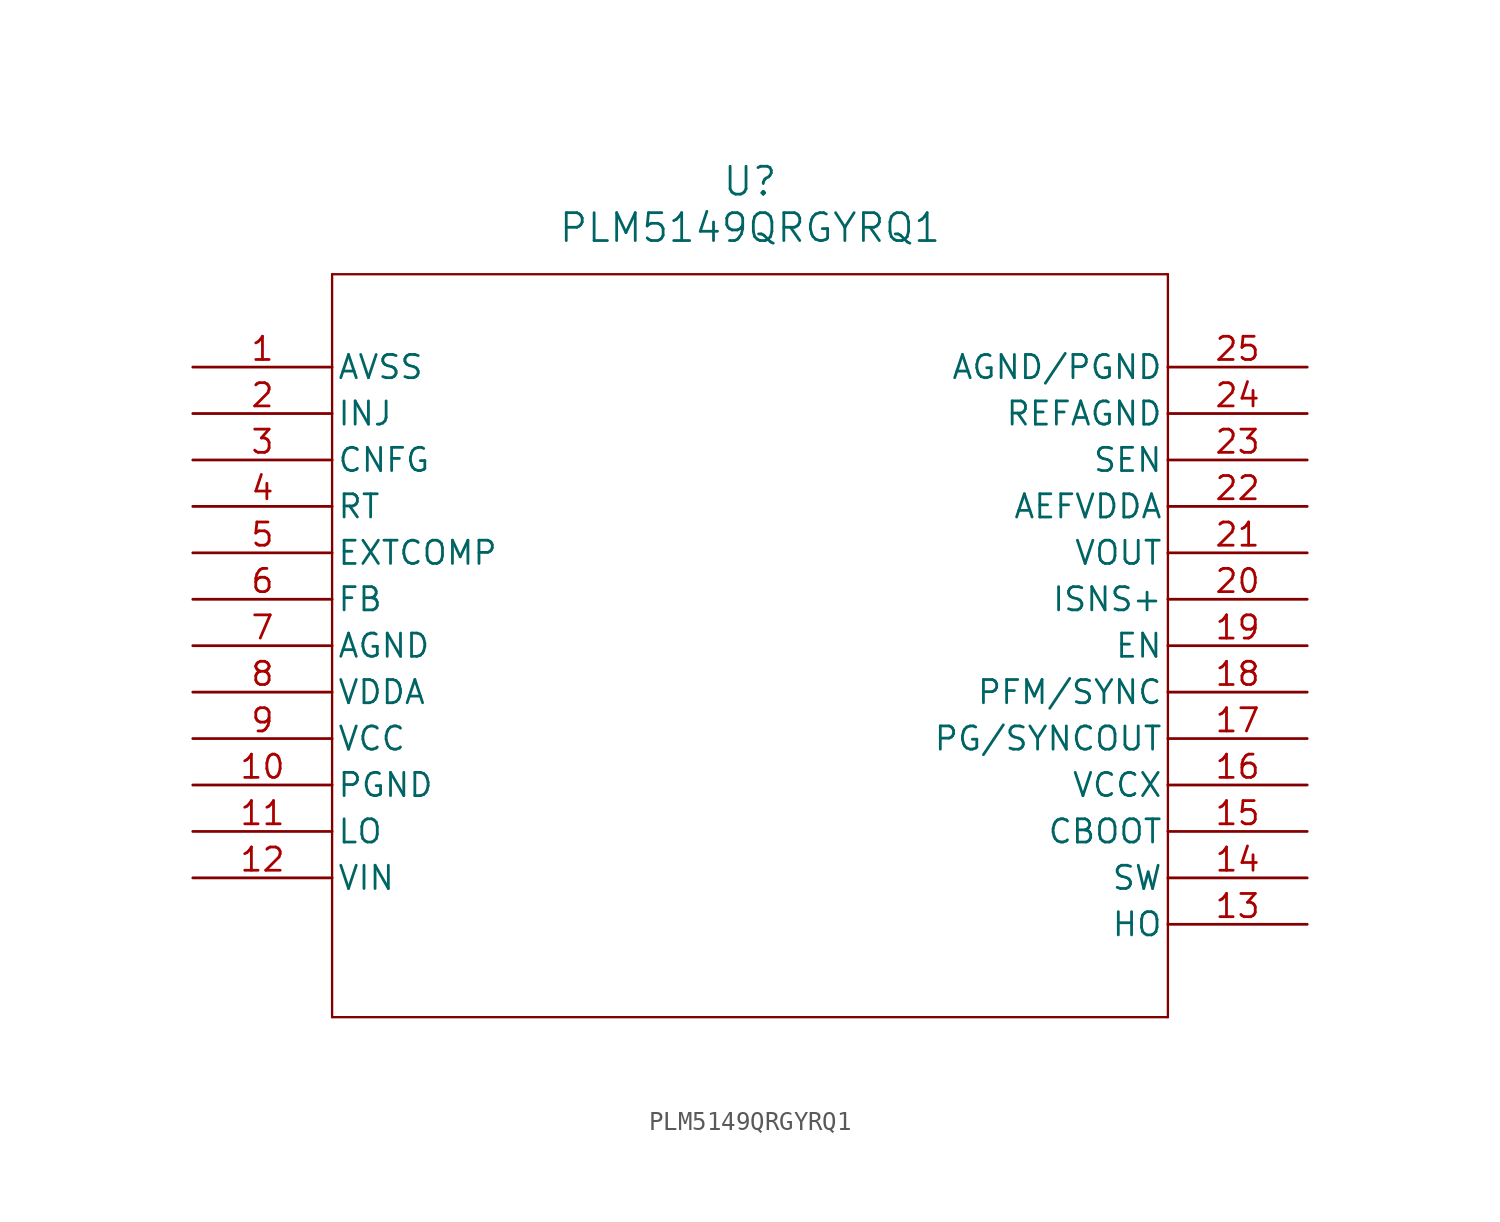
<source format=kicad_sym>
(kicad_symbol_lib
  (version 20241209)
  (generator "kicad_symbol_editor")
  (generator_version "9.0")
  (symbol "PLM5149QRGYRQ1"
    (pin_names
      (offset 0.254))
    (property "Reference" "U"
      (at 30.48 10.16 0)
      (effects (font (size 1.524 1.524))))
    (property "Value" "PLM5149QRGYRQ1"
      (at 30.48 7.62 0)
      (effects (font (size 1.524 1.524))))
    (symbol "PLM5149QRGYRQ1_0_1"
      (polyline (pts (xy 7.62 5.08) (xy 7.62 -35.56)) (stroke (width 0.127) (type default)) (fill (type none)))
      (polyline (pts (xy 7.62 -35.56) (xy 53.34 -35.56)) (stroke (width 0.127) (type default)) (fill (type none)))
      (polyline (pts (xy 53.34 5.08) (xy 7.62 5.08)) (stroke (width 0.127) (type default)) (fill (type none)))
      (polyline (pts (xy 53.34 -35.56) (xy 53.34 5.08)) (stroke (width 0.127) (type default)) (fill (type none)))
      (pin power_out line (at 0 0 0) (length 7.62) (name "AVSS" (effects (font (size 1.27 1.27)))) (number "1" (effects (font (size 1.27 1.27)))))
      (pin output line (at 0 -2.54 0) (length 7.62) (name "INJ" (effects (font (size 1.27 1.27)))) (number "2" (effects (font (size 1.27 1.27)))))
      (pin unspecified line (at 0 -5.08 0) (length 7.62) (name "CNFG" (effects (font (size 1.27 1.27)))) (number "3" (effects (font (size 1.27 1.27)))))
      (pin input line (at 0 -7.62 0) (length 7.62) (name "RT" (effects (font (size 1.27 1.27)))) (number "4" (effects (font (size 1.27 1.27)))))
      (pin output line (at 0 -10.16 0) (length 7.62) (name "EXTCOMP" (effects (font (size 1.27 1.27)))) (number "5" (effects (font (size 1.27 1.27)))))
      (pin input line (at 0 -12.7 0) (length 7.62) (name "FB" (effects (font (size 1.27 1.27)))) (number "6" (effects (font (size 1.27 1.27)))))
      (pin power_out line (at 0 -15.24 0) (length 7.62) (name "AGND" (effects (font (size 1.27 1.27)))) (number "7" (effects (font (size 1.27 1.27)))))
      (pin output line (at 0 -17.78 0) (length 7.62) (name "VDDA" (effects (font (size 1.27 1.27)))) (number "8" (effects (font (size 1.27 1.27)))))
      (pin power_in line (at 0 -20.32 0) (length 7.62) (name "VCC" (effects (font (size 1.27 1.27)))) (number "9" (effects (font (size 1.27 1.27)))))
      (pin power_out line (at 0 -22.86 0) (length 7.62) (name "PGND" (effects (font (size 1.27 1.27)))) (number "10" (effects (font (size 1.27 1.27)))))
      (pin output line (at 0 -25.4 0) (length 7.62) (name "LO" (effects (font (size 1.27 1.27)))) (number "11" (effects (font (size 1.27 1.27)))))
      (pin power_in line (at 0 -27.94 0) (length 7.62) (name "VIN" (effects (font (size 1.27 1.27)))) (number "12" (effects (font (size 1.27 1.27)))))
      (pin power_out line (at 60.96 0 180) (length 7.62) (name "AGND/PGND" (effects (font (size 1.27 1.27)))) (number "25" (effects (font (size 1.27 1.27)))))
      (pin power_out line (at 60.96 -2.54 180) (length 7.62) (name "REFAGND" (effects (font (size 1.27 1.27)))) (number "24" (effects (font (size 1.27 1.27)))))
      (pin input line (at 60.96 -5.08 180) (length 7.62) (name "SEN" (effects (font (size 1.27 1.27)))) (number "23" (effects (font (size 1.27 1.27)))))
      (pin power_in line (at 60.96 -7.62 180) (length 7.62) (name "AEFVDDA" (effects (font (size 1.27 1.27)))) (number "22" (effects (font (size 1.27 1.27)))))
      (pin input line (at 60.96 -10.16 180) (length 7.62) (name "VOUT" (effects (font (size 1.27 1.27)))) (number "21" (effects (font (size 1.27 1.27)))))
      (pin input line (at 60.96 -12.7 180) (length 7.62) (name "ISNS+" (effects (font (size 1.27 1.27)))) (number "20" (effects (font (size 1.27 1.27)))))
      (pin input line (at 60.96 -15.24 180) (length 7.62) (name "EN" (effects (font (size 1.27 1.27)))) (number "19" (effects (font (size 1.27 1.27)))))
      (pin input line (at 60.96 -17.78 180) (length 7.62) (name "PFM/SYNC" (effects (font (size 1.27 1.27)))) (number "18" (effects (font (size 1.27 1.27)))))
      (pin power_in line (at 60.96 -20.32 180) (length 7.62) (name "PG/SYNCOUT" (effects (font (size 1.27 1.27)))) (number "17" (effects (font (size 1.27 1.27)))))
      (pin power_in line (at 60.96 -22.86 180) (length 7.62) (name "VCCX" (effects (font (size 1.27 1.27)))) (number "16" (effects (font (size 1.27 1.27)))))
      (pin power_in line (at 60.96 -25.4 180) (length 7.62) (name "CBOOT" (effects (font (size 1.27 1.27)))) (number "15" (effects (font (size 1.27 1.27)))))
      (pin power_in line (at 60.96 -27.94 180) (length 7.62) (name "SW" (effects (font (size 1.27 1.27)))) (number "14" (effects (font (size 1.27 1.27)))))
      (pin output line (at 60.96 -30.48 180) (length 7.62) (name "HO" (effects (font (size 1.27 1.27)))) (number "13" (effects (font (size 1.27 1.27))))))))
</source>
